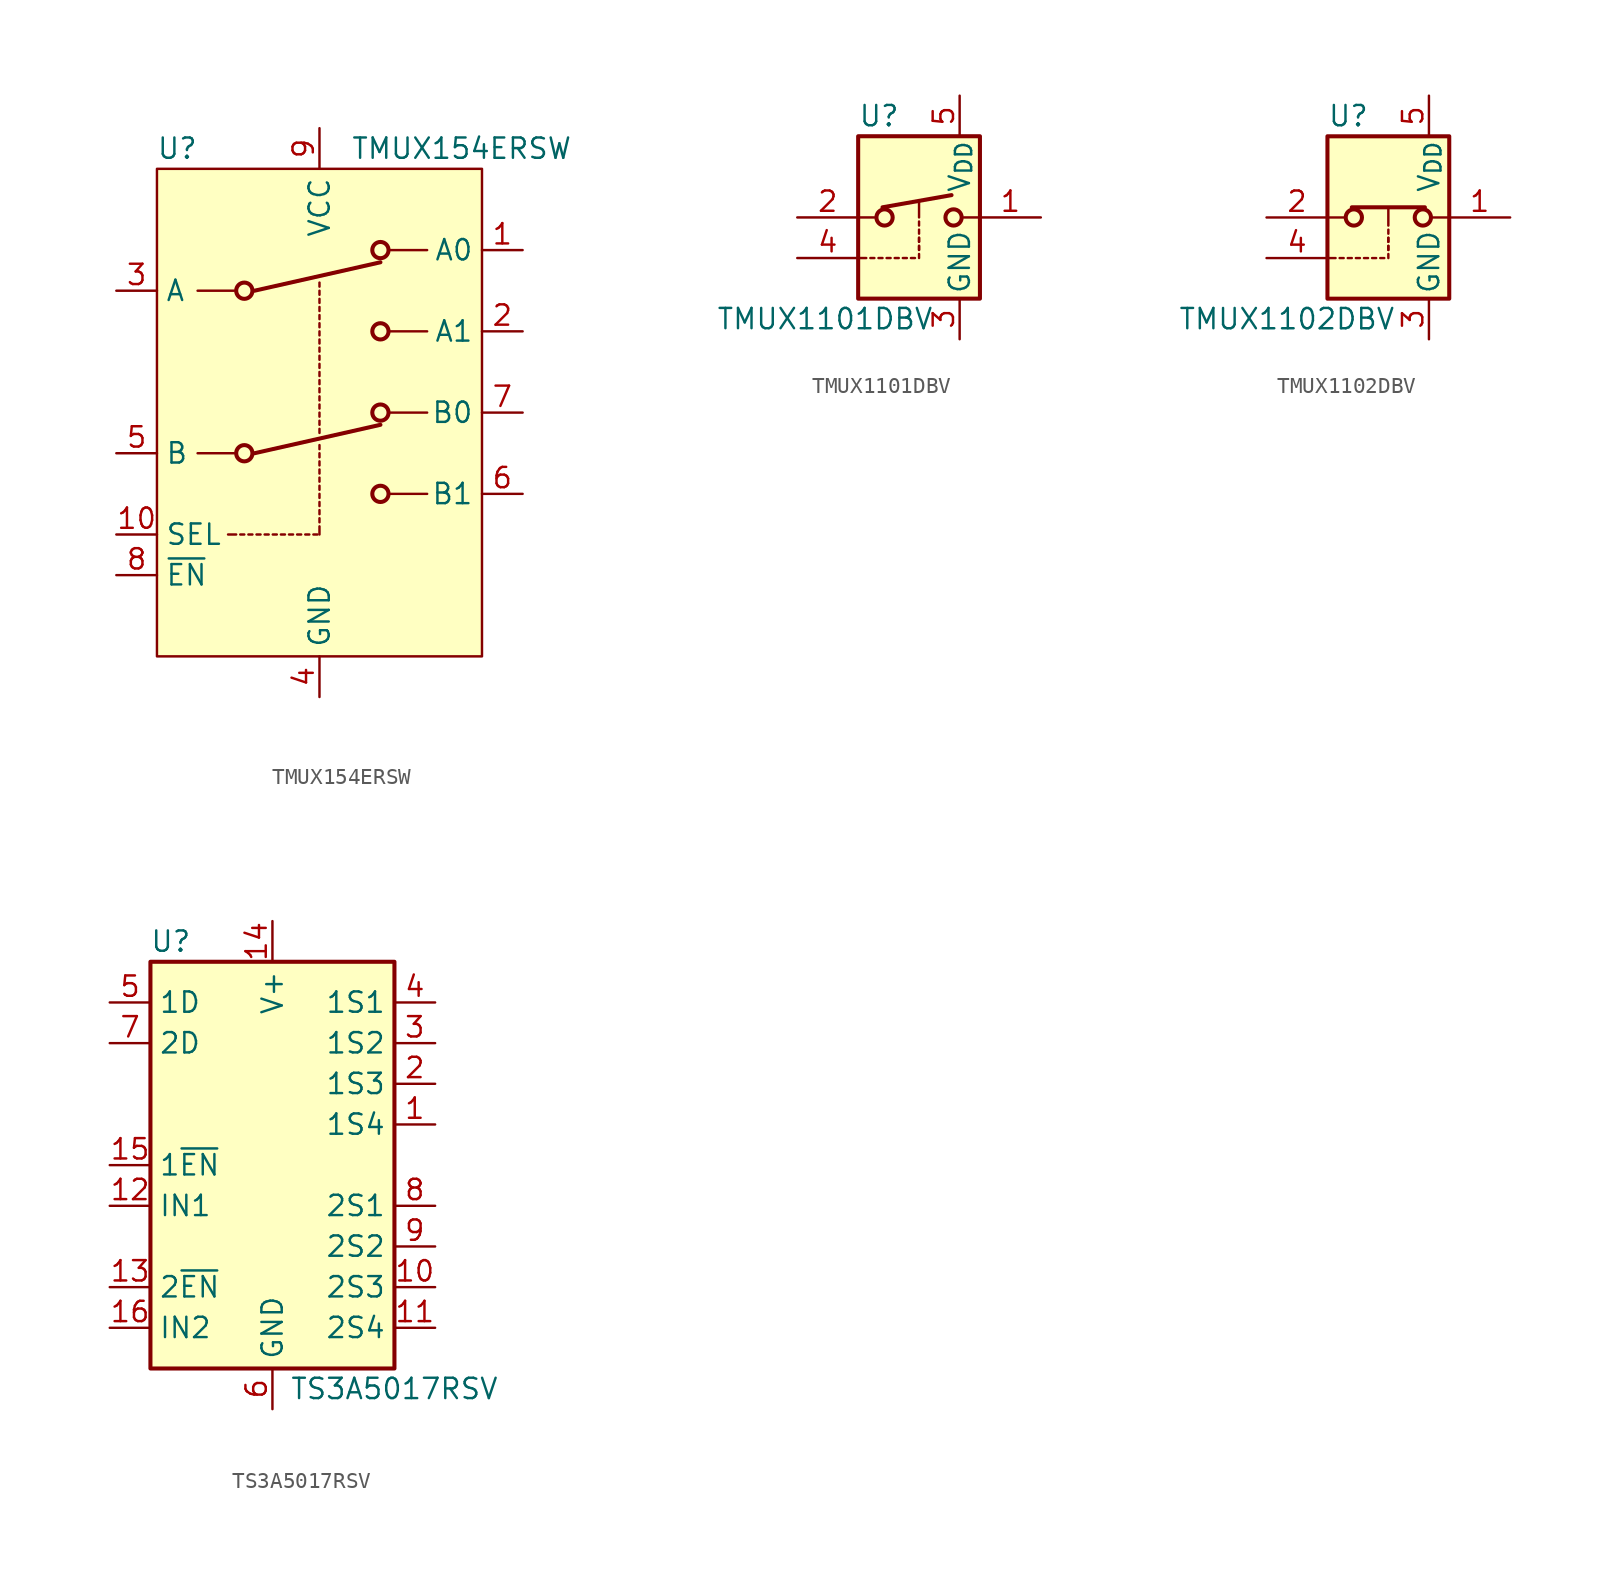
<source format=kicad_sym>
(kicad_symbol_lib
  (version 20231120)
  (generator "kicad_symbol_editor")
  (generator_version "8.0")
  (symbol "TMUX154ERSW"
    (property "Reference" "U"
      (at -8.89 16.51 0)
      (effects (font (size 1.27 1.27))))
    (property "Value" "TMUX154ERSW"
      (at 8.89 16.51 0)
      (effects (font (size 1.27 1.27))))
    (symbol "TMUX154ERSW_1_1"
      (rectangle (start -10.16 15.24) (end 10.16 -15.24) (stroke (width 0) (type default)) (fill (type background)))
      (circle (center -4.699 -2.54) (radius 0.508) (stroke (width 0.254) (type default)) (fill (type none)))
      (circle (center -4.699 7.62) (radius 0.508) (stroke (width 0.254) (type default)) (fill (type none)))
      (polyline (pts (xy -7.62 -2.54) (xy -5.334 -2.54)) (stroke (width 0) (type default)) (fill (type none)))
      (polyline (pts (xy -7.62 7.62) (xy -5.334 7.62)) (stroke (width 0) (type default)) (fill (type none)))
      (polyline (pts (xy -5.715 -7.62) (xy -5.207 -7.62)) (stroke (width 0) (type default)) (fill (type none)))
      (polyline (pts (xy -4.953 -7.62) (xy -4.699 -7.62)) (stroke (width 0) (type default)) (fill (type none)))
      (polyline (pts (xy -4.445 -7.62) (xy -4.191 -7.62)) (stroke (width 0) (type default)) (fill (type none)))
      (polyline (pts (xy -3.937 -7.62) (xy -3.683 -7.62)) (stroke (width 0) (type default)) (fill (type none)))
      (polyline (pts (xy -3.429 -7.62) (xy -3.175 -7.62)) (stroke (width 0) (type default)) (fill (type none)))
      (polyline (pts (xy -2.921 -7.62) (xy -2.667 -7.62)) (stroke (width 0) (type default)) (fill (type none)))
      (polyline (pts (xy -2.413 -7.62) (xy -2.159 -7.62)) (stroke (width 0) (type default)) (fill (type none)))
      (polyline (pts (xy -1.905 -7.62) (xy -1.651 -7.62)) (stroke (width 0) (type default)) (fill (type none)))
      (polyline (pts (xy -1.397 -7.62) (xy -1.143 -7.62)) (stroke (width 0) (type default)) (fill (type none)))
      (polyline (pts (xy -0.889 -7.62) (xy -0.635 -7.62)) (stroke (width 0) (type default)) (fill (type none)))
      (polyline (pts (xy -0.381 -7.62) (xy -0.127 -7.62)) (stroke (width 0) (type default)) (fill (type none)))
      (polyline (pts (xy 0 -7.62) (xy 0 -7.112)) (stroke (width 0) (type default)) (fill (type none)))
      (polyline (pts (xy 0 -6.858) (xy 0 -6.604)) (stroke (width 0) (type default)) (fill (type none)))
      (polyline (pts (xy 0 -6.35) (xy 0 -6.096)) (stroke (width 0) (type default)) (fill (type none)))
      (polyline (pts (xy 0 -5.842) (xy 0 -5.588)) (stroke (width 0) (type default)) (fill (type none)))
      (polyline (pts (xy 0 -5.334) (xy 0 -5.08)) (stroke (width 0) (type default)) (fill (type none)))
      (polyline (pts (xy 0 -4.826) (xy 0 -4.572)) (stroke (width 0) (type default)) (fill (type none)))
      (polyline (pts (xy 0 -4.318) (xy 0 -4.064)) (stroke (width 0) (type default)) (fill (type none)))
      (polyline (pts (xy 0 -3.81) (xy 0 -3.556)) (stroke (width 0) (type default)) (fill (type none)))
      (polyline (pts (xy 0 -3.302) (xy 0 -3.048)) (stroke (width 0) (type default)) (fill (type none)))
      (polyline (pts (xy 0 -2.794) (xy 0 -2.54)) (stroke (width 0) (type default)) (fill (type none)))
      (polyline (pts (xy 0 -2.286) (xy 0 -2.032)) (stroke (width 0) (type default)) (fill (type none)))
      (polyline (pts (xy 0 -1.27) (xy 0 -1.016)) (stroke (width 0) (type default)) (fill (type none)))
      (polyline (pts (xy 0 -0.762) (xy 0 -0.508)) (stroke (width 0) (type default)) (fill (type none)))
      (polyline (pts (xy 0 -0.254) (xy 0 0)) (stroke (width 0) (type default)) (fill (type none)))
      (polyline (pts (xy 0 0.254) (xy 0 0.508)) (stroke (width 0) (type default)) (fill (type none)))
      (polyline (pts (xy 0 0.762) (xy 0 1.016)) (stroke (width 0) (type default)) (fill (type none)))
      (polyline (pts (xy 0 1.27) (xy 0 1.524)) (stroke (width 0) (type default)) (fill (type none)))
      (polyline (pts (xy 0 1.778) (xy 0 2.032)) (stroke (width 0) (type default)) (fill (type none)))
      (polyline (pts (xy 0 2.286) (xy 0 2.54)) (stroke (width 0) (type default)) (fill (type none)))
      (polyline (pts (xy 0 2.794) (xy 0 3.048)) (stroke (width 0) (type default)) (fill (type none)))
      (polyline (pts (xy 0 3.302) (xy 0 3.556)) (stroke (width 0) (type default)) (fill (type none)))
      (polyline (pts (xy 0 3.81) (xy 0 4.064)) (stroke (width 0) (type default)) (fill (type none)))
      (polyline (pts (xy 0 4.318) (xy 0 4.572)) (stroke (width 0) (type default)) (fill (type none)))
      (polyline (pts (xy 0 4.826) (xy 0 5.08)) (stroke (width 0) (type default)) (fill (type none)))
      (polyline (pts (xy 0 5.334) (xy 0 5.588)) (stroke (width 0) (type default)) (fill (type none)))
      (polyline (pts (xy 0 5.842) (xy 0 6.096)) (stroke (width 0) (type default)) (fill (type none)))
      (polyline (pts (xy 0 6.35) (xy 0 6.604)) (stroke (width 0) (type default)) (fill (type none)))
      (polyline (pts (xy 0 6.858) (xy 0 7.112)) (stroke (width 0) (type default)) (fill (type none)))
      (polyline (pts (xy 0 7.366) (xy 0 7.62)) (stroke (width 0) (type default)) (fill (type none)))
      (polyline (pts (xy 0 7.874) (xy 0 8.128)) (stroke (width 0) (type default)) (fill (type none)))
      (polyline (pts (xy 3.81 -0.762) (xy -4.064 -2.54)) (stroke (width 0.254) (type default)) (fill (type none)))
      (polyline (pts (xy 3.81 9.398) (xy -4.064 7.62)) (stroke (width 0.254) (type default)) (fill (type none)))
      (polyline (pts (xy 6.731 -5.08) (xy 4.445 -5.08)) (stroke (width 0) (type default)) (fill (type none)))
      (polyline (pts (xy 6.731 0) (xy 4.445 0)) (stroke (width 0) (type default)) (fill (type none)))
      (polyline (pts (xy 6.731 5.08) (xy 4.445 5.08)) (stroke (width 0) (type default)) (fill (type none)))
      (polyline (pts (xy 6.731 10.16) (xy 4.445 10.16)) (stroke (width 0) (type default)) (fill (type none)))
      (circle (center 3.81 -5.08) (radius 0.508) (stroke (width 0.254) (type default)) (fill (type none)))
      (circle (center 3.81 0) (radius 0.508) (stroke (width 0.254) (type default)) (fill (type none)))
      (circle (center 3.81 5.08) (radius 0.508) (stroke (width 0.254) (type default)) (fill (type none)))
      (circle (center 3.81 10.16) (radius 0.508) (stroke (width 0.254) (type default)) (fill (type none)))
      (pin passive line (at 12.7 10.16 180) (length 2.54) (name "A0" (effects (font (size 1.27 1.27)))) (number "1" (effects (font (size 1.27 1.27)))))
      (pin passive line (at -12.7 -7.62 0) (length 2.54) (name "SEL" (effects (font (size 1.27 1.27)))) (number "10" (effects (font (size 1.27 1.27)))))
      (pin passive line (at 12.7 5.08 180) (length 2.54) (name "A1" (effects (font (size 1.27 1.27)))) (number "2" (effects (font (size 1.27 1.27)))))
      (pin passive line (at -12.7 7.62 0) (length 2.54) (name "A" (effects (font (size 1.27 1.27)))) (number "3" (effects (font (size 1.27 1.27)))))
      (pin power_in line (at 0 -17.78 90) (length 2.54) (name "GND" (effects (font (size 1.27 1.27)))) (number "4" (effects (font (size 1.27 1.27)))))
      (pin passive line (at -12.7 -2.54 0) (length 2.54) (name "B" (effects (font (size 1.27 1.27)))) (number "5" (effects (font (size 1.27 1.27)))))
      (pin passive line (at 12.7 -5.08 180) (length 2.54) (name "B1" (effects (font (size 1.27 1.27)))) (number "6" (effects (font (size 1.27 1.27)))))
      (pin passive line (at 12.7 0 180) (length 2.54) (name "B0" (effects (font (size 1.27 1.27)))) (number "7" (effects (font (size 1.27 1.27)))))
      (pin passive line (at -12.7 -10.16 0) (length 2.54) (name "~{EN}" (effects (font (size 1.27 1.27)))) (number "8" (effects (font (size 1.27 1.27)))))
      (pin power_in line (at 0 17.78 270) (length 2.54) (name "VCC" (effects (font (size 1.27 1.27)))) (number "9" (effects (font (size 1.27 1.27)))))))
  (symbol "TMUX1101DBV"
    (pin_names
      (offset 0.254))
    (property "Reference" "U"
      (at -3.81 6.35 0)
      (effects (font (size 1.27 1.27)) (justify left)))
    (property "Value" "TMUX1101DBV"
      (at -12.7 -6.35 0)
      (effects (font (size 1.27 1.27)) (justify left)))
    (symbol "TMUX1101DBV_0_1"
      (polyline (pts (xy -3.81 -2.54) (xy -3.302 -2.54)) (stroke (width 0) (type default)) (fill (type none)))
      (polyline (pts (xy -3.048 -2.54) (xy -2.794 -2.54)) (stroke (width 0) (type default)) (fill (type none)))
      (polyline (pts (xy -2.54 -2.54) (xy -2.286 -2.54)) (stroke (width 0) (type default)) (fill (type none)))
      (polyline (pts (xy -2.032 -2.54) (xy -1.778 -2.54)) (stroke (width 0) (type default)) (fill (type none)))
      (polyline (pts (xy -1.524 -2.54) (xy -1.27 -2.54)) (stroke (width 0) (type default)) (fill (type none)))
      (polyline (pts (xy -1.016 -2.54) (xy -0.762 -2.54)) (stroke (width 0) (type default)) (fill (type none)))
      (polyline (pts (xy -0.508 -2.54) (xy -0.254 -2.54)) (stroke (width 0) (type default)) (fill (type none)))
      (polyline (pts (xy 0 -2.032) (xy 0 -1.778)) (stroke (width 0) (type default)) (fill (type none)))
      (polyline (pts (xy 0 -1.524) (xy 0 -1.27)) (stroke (width 0) (type default)) (fill (type none))))
    (symbol "TMUX1101DBV_1_1"
      (rectangle (start -3.81 5.08) (end 3.81 -5.08) (stroke (width 0.254) (type default)) (fill (type background)))
      (circle (center -2.159 0) (radius 0.508) (stroke (width 0.254) (type default)) (fill (type none)))
      (polyline (pts (xy -3.81 0) (xy -2.794 0)) (stroke (width 0) (type default)) (fill (type none)))
      (polyline (pts (xy -2.286 0.635) (xy 2.032 1.397)) (stroke (width 0.254) (type default)) (fill (type none)))
      (polyline (pts (xy 0 -2.54) (xy 0 -2.286)) (stroke (width 0) (type default)) (fill (type none)))
      (polyline (pts (xy 0 -2.032) (xy 0 -1.778)) (stroke (width 0) (type default)) (fill (type none)))
      (polyline (pts (xy 0 -1.524) (xy 0 -1.27)) (stroke (width 0) (type default)) (fill (type none)))
      (polyline (pts (xy 0 -1.016) (xy 0 -0.762)) (stroke (width 0) (type default)) (fill (type none)))
      (polyline (pts (xy 0 -0.508) (xy 0 -0.254)) (stroke (width 0) (type default)) (fill (type none)))
      (polyline (pts (xy 0 0) (xy 0 1.016)) (stroke (width 0) (type default)) (fill (type none)))
      (polyline (pts (xy 3.81 0) (xy 2.794 0)) (stroke (width 0) (type default)) (fill (type none)))
      (circle (center 2.159 0) (radius 0.508) (stroke (width 0.254) (type default)) (fill (type none)))
      (pin passive line (at 7.62 0 180) (length 3.81) (name "~" (effects (font (size 1.27 1.27)))) (number "1" (effects (font (size 1.27 1.27)))))
      (pin passive line (at -7.62 0 0) (length 3.81) (name "~" (effects (font (size 1.27 1.27)))) (number "2" (effects (font (size 1.27 1.27)))))
      (pin power_in line (at 2.54 -7.62 90) (length 2.54) (name "GND" (effects (font (size 1.27 1.27)))) (number "3" (effects (font (size 1.27 1.27)))))
      (pin input line (at -7.62 -2.54 0) (length 3.81) (name "~" (effects (font (size 1.27 1.27)))) (number "4" (effects (font (size 1.27 1.27)))))
      (pin power_in line (at 2.54 7.62 270) (length 2.54) (name "V_{DD}" (effects (font (size 1.27 1.27)))) (number "5" (effects (font (size 1.27 1.27)))))))
  (symbol "TMUX1102DBV"
    (pin_names
      (offset 0.254))
    (property "Reference" "U"
      (at -3.81 6.35 0)
      (effects (font (size 1.27 1.27)) (justify left)))
    (property "Value" "TMUX1102DBV"
      (at -6.35 -6.35 0)
      (effects (font (size 1.27 1.27))))
    (symbol "TMUX1102DBV_0_1"
      (polyline (pts (xy -3.81 -2.54) (xy -3.302 -2.54)) (stroke (width 0) (type default)) (fill (type none)))
      (polyline (pts (xy -3.048 -2.54) (xy -2.794 -2.54)) (stroke (width 0) (type default)) (fill (type none)))
      (polyline (pts (xy -2.54 -2.54) (xy -2.286 -2.54)) (stroke (width 0) (type default)) (fill (type none)))
      (polyline (pts (xy -2.032 -2.54) (xy -1.778 -2.54)) (stroke (width 0) (type default)) (fill (type none)))
      (polyline (pts (xy -1.524 -2.54) (xy -1.27 -2.54)) (stroke (width 0) (type default)) (fill (type none)))
      (polyline (pts (xy -1.016 -2.54) (xy -0.762 -2.54)) (stroke (width 0) (type default)) (fill (type none)))
      (polyline (pts (xy -0.508 -2.54) (xy -0.254 -2.54)) (stroke (width 0) (type default)) (fill (type none)))
      (polyline (pts (xy 0 -2.032) (xy 0 -1.778)) (stroke (width 0) (type default)) (fill (type none)))
      (polyline (pts (xy 0 -1.524) (xy 0 -1.27)) (stroke (width 0) (type default)) (fill (type none))))
    (symbol "TMUX1102DBV_1_1"
      (rectangle (start -3.81 5.08) (end 3.81 -5.08) (stroke (width 0.254) (type default)) (fill (type background)))
      (circle (center -2.159 0) (radius 0.508) (stroke (width 0.254) (type default)) (fill (type none)))
      (polyline (pts (xy -3.81 0) (xy -2.794 0)) (stroke (width 0) (type default)) (fill (type none)))
      (polyline (pts (xy -2.286 0.635) (xy 2.286 0.635)) (stroke (width 0.254) (type default)) (fill (type none)))
      (polyline (pts (xy 0 -2.54) (xy 0 -2.286)) (stroke (width 0) (type default)) (fill (type none)))
      (polyline (pts (xy 0 -2.032) (xy 0 -1.778)) (stroke (width 0) (type default)) (fill (type none)))
      (polyline (pts (xy 0 -1.524) (xy 0 -1.27)) (stroke (width 0) (type default)) (fill (type none)))
      (polyline (pts (xy 0 -1.016) (xy 0 -0.762)) (stroke (width 0) (type default)) (fill (type none)))
      (polyline (pts (xy 0 -0.508) (xy 0 0.635)) (stroke (width 0) (type default)) (fill (type none)))
      (polyline (pts (xy 3.81 0) (xy 2.794 0)) (stroke (width 0) (type default)) (fill (type none)))
      (circle (center 2.159 0) (radius 0.508) (stroke (width 0.254) (type default)) (fill (type none)))
      (pin passive line (at 7.62 0 180) (length 3.81) (name "~" (effects (font (size 1.27 1.27)))) (number "1" (effects (font (size 1.27 1.27)))))
      (pin passive line (at -7.62 0 0) (length 3.81) (name "~" (effects (font (size 1.27 1.27)))) (number "2" (effects (font (size 1.27 1.27)))))
      (pin power_in line (at 2.54 -7.62 90) (length 2.54) (name "GND" (effects (font (size 1.27 1.27)))) (number "3" (effects (font (size 1.27 1.27)))))
      (pin input line (at -7.62 -2.54 0) (length 3.81) (name "~" (effects (font (size 1.27 1.27)))) (number "4" (effects (font (size 1.27 1.27)))))
      (pin power_in line (at 2.54 7.62 270) (length 2.54) (name "V_{DD}" (effects (font (size 1.27 1.27)))) (number "5" (effects (font (size 1.27 1.27)))))))
  (symbol "TS3A5017RSV"
    (property "Reference" "U"
      (at -6.35 13.97 0)
      (effects (font (size 1.27 1.27))))
    (property "Value" "TS3A5017RSV"
      (at 7.62 -13.97 0)
      (effects (font (size 1.27 1.27))))
    (symbol "TS3A5017RSV_0_1"
      (rectangle (start -7.62 12.7) (end 7.62 -12.7) (stroke (width 0.254) (type default)) (fill (type background))))
    (symbol "TS3A5017RSV_1_1"
      (pin bidirectional line (at 10.16 2.54 180) (length 2.54) (name "1S4" (effects (font (size 1.27 1.27)))) (number "1" (effects (font (size 1.27 1.27)))))
      (pin bidirectional line (at 10.16 -7.62 180) (length 2.54) (name "2S3" (effects (font (size 1.27 1.27)))) (number "10" (effects (font (size 1.27 1.27)))))
      (pin bidirectional line (at 10.16 -10.16 180) (length 2.54) (name "2S4" (effects (font (size 1.27 1.27)))) (number "11" (effects (font (size 1.27 1.27)))))
      (pin input line (at -10.16 -2.54 0) (length 2.54) (name "IN1" (effects (font (size 1.27 1.27)))) (number "12" (effects (font (size 1.27 1.27)))))
      (pin input line (at -10.16 -7.62 0) (length 2.54) (name "2~{EN}" (effects (font (size 1.27 1.27)))) (number "13" (effects (font (size 1.27 1.27)))))
      (pin power_in line (at 0 15.24 270) (length 2.54) (name "V+" (effects (font (size 1.27 1.27)))) (number "14" (effects (font (size 1.27 1.27)))))
      (pin input line (at -10.16 0 0) (length 2.54) (name "1~{EN}" (effects (font (size 1.27 1.27)))) (number "15" (effects (font (size 1.27 1.27)))))
      (pin input line (at -10.16 -10.16 0) (length 2.54) (name "IN2" (effects (font (size 1.27 1.27)))) (number "16" (effects (font (size 1.27 1.27)))))
      (pin bidirectional line (at 10.16 5.08 180) (length 2.54) (name "1S3" (effects (font (size 1.27 1.27)))) (number "2" (effects (font (size 1.27 1.27)))))
      (pin bidirectional line (at 10.16 7.62 180) (length 2.54) (name "1S2" (effects (font (size 1.27 1.27)))) (number "3" (effects (font (size 1.27 1.27)))))
      (pin bidirectional line (at 10.16 10.16 180) (length 2.54) (name "1S1" (effects (font (size 1.27 1.27)))) (number "4" (effects (font (size 1.27 1.27)))))
      (pin bidirectional line (at -10.16 10.16 0) (length 2.54) (name "1D" (effects (font (size 1.27 1.27)))) (number "5" (effects (font (size 1.27 1.27)))))
      (pin power_in line (at 0 -15.24 90) (length 2.54) (name "GND" (effects (font (size 1.27 1.27)))) (number "6" (effects (font (size 1.27 1.27)))))
      (pin bidirectional line (at -10.16 7.62 0) (length 2.54) (name "2D" (effects (font (size 1.27 1.27)))) (number "7" (effects (font (size 1.27 1.27)))))
      (pin bidirectional line (at 10.16 -2.54 180) (length 2.54) (name "2S1" (effects (font (size 1.27 1.27)))) (number "8" (effects (font (size 1.27 1.27)))))
      (pin bidirectional line (at 10.16 -5.08 180) (length 2.54) (name "2S2" (effects (font (size 1.27 1.27)))) (number "9" (effects (font (size 1.27 1.27))))))))
</source>
